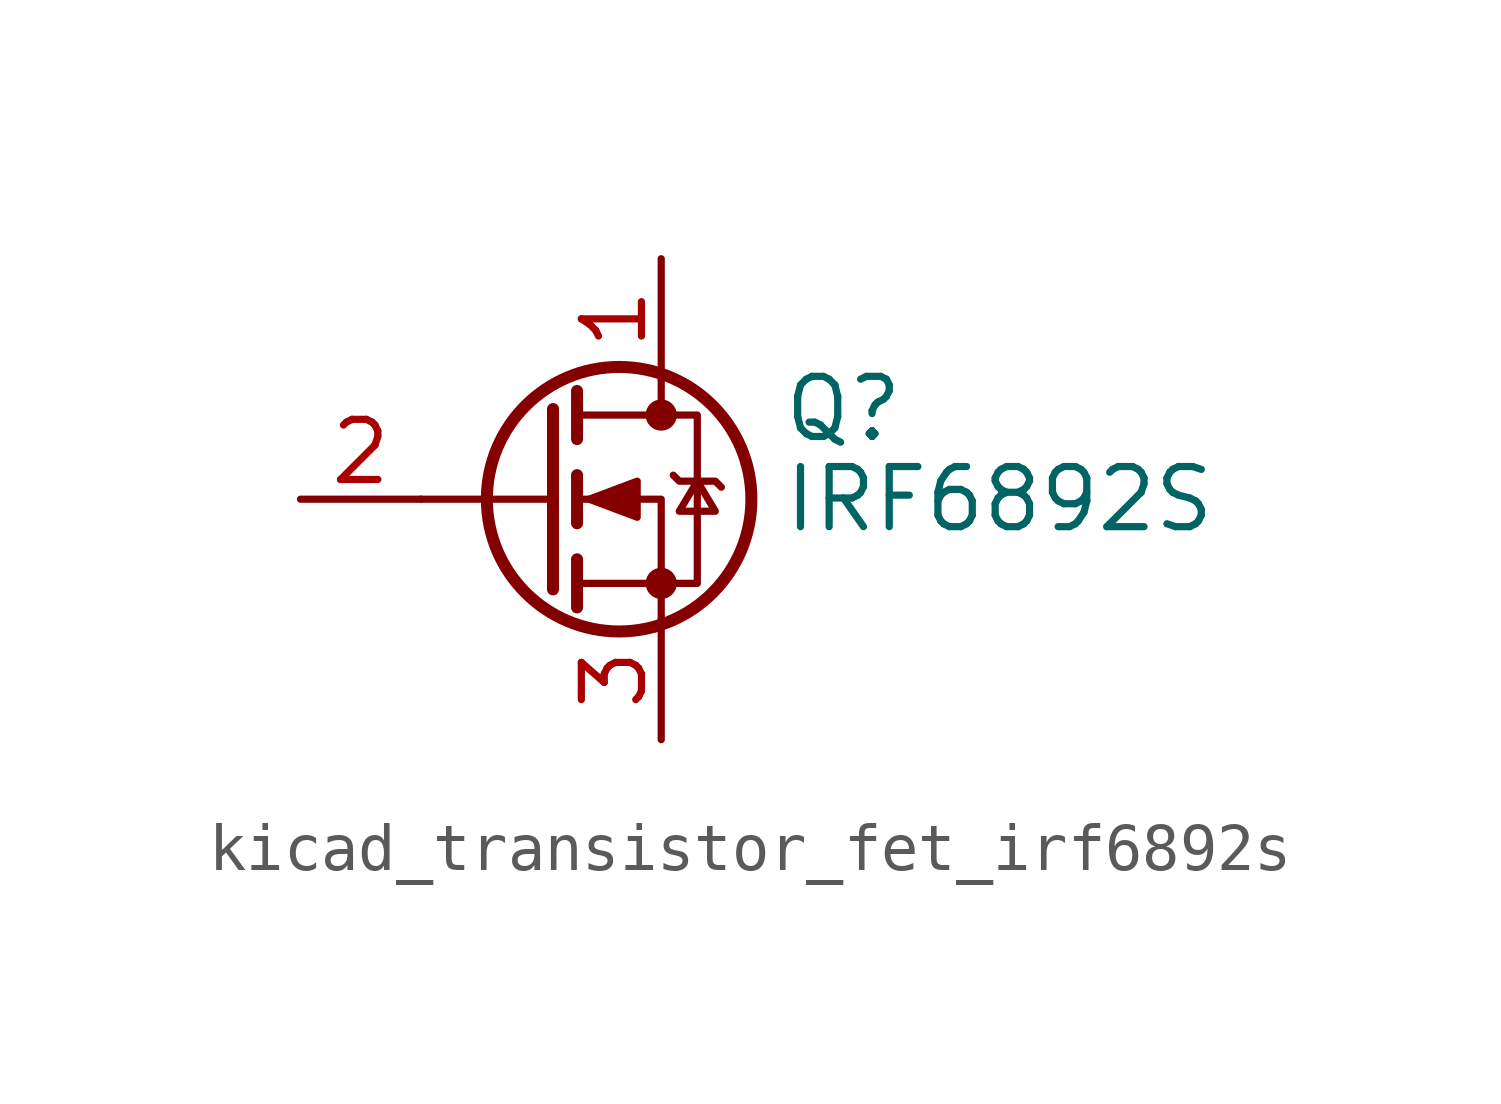
<source format=kicad_sym>
(kicad_symbol_lib
  (version 20220914)
  (generator kicad_symbol_editor)
  (symbol "kicad_transistor_fet_irf6892s"
    (pin_names hide)
    (property "Reference" "Q"
      (at 5.08 1.905 0)
      (effects (font (size 1.27 1.27)) (justify left)))
    (property "Value" "IRF6892S"
      (at 5.08 0 0)
      (effects (font (size 1.27 1.27)) (justify left)))
    (symbol "kicad_transistor_fet_irf6892s_0_1"
      (polyline (pts (xy 0.254 0) (xy -2.54 0)) (stroke (width 0) (type default)) (fill (type none)))
      (polyline (pts (xy 0.254 1.905) (xy 0.254 -1.905)) (stroke (width 0.254) (type default)) (fill (type none)))
      (polyline (pts (xy 0.762 -1.27) (xy 0.762 -2.286)) (stroke (width 0.254) (type default)) (fill (type none)))
      (polyline (pts (xy 0.762 0.508) (xy 0.762 -0.508)) (stroke (width 0.254) (type default)) (fill (type none)))
      (polyline (pts (xy 0.762 2.286) (xy 0.762 1.27)) (stroke (width 0.254) (type default)) (fill (type none)))
      (polyline (pts (xy 2.54 2.54) (xy 2.54 1.778)) (stroke (width 0) (type default)) (fill (type none)))
      (polyline (pts (xy 2.54 -2.54) (xy 2.54 0) (xy 0.762 0)) (stroke (width 0) (type default)) (fill (type none)))
      (polyline (pts (xy 0.762 -1.778) (xy 3.302 -1.778) (xy 3.302 1.778) (xy 0.762 1.778)) (stroke (width 0) (type default)) (fill (type none)))
      (polyline (pts (xy 1.016 0) (xy 2.032 0.381) (xy 2.032 -0.381) (xy 1.016 0)) (stroke (width 0) (type default)) (fill (type outline)))
      (polyline (pts (xy 2.794 0.508) (xy 2.921 0.381) (xy 3.683 0.381) (xy 3.81 0.254)) (stroke (width 0) (type default)) (fill (type none)))
      (polyline (pts (xy 3.302 0.381) (xy 2.921 -0.254) (xy 3.683 -0.254) (xy 3.302 0.381)) (stroke (width 0) (type default)) (fill (type none)))
      (circle (center 1.651 0) (radius 2.794) (stroke (width 0.254) (type default)) (fill (type none)))
      (circle (center 2.54 -1.778) (radius 0.254) (stroke (width 0) (type default)) (fill (type outline)))
      (circle (center 2.54 1.778) (radius 0.254) (stroke (width 0) (type default)) (fill (type outline))))
    (symbol "kicad_transistor_fet_irf6892s_1_1"
      (pin passive line (at 2.54 5.08 270) (length 2.54) (name "D" (effects (font (size 1.27 1.27)))) (number "1" (effects (font (size 1.27 1.27)))))
      (pin input line (at -5.08 0 0) (length 2.54) (name "G" (effects (font (size 1.27 1.27)))) (number "2" (effects (font (size 1.27 1.27)))))
      (pin passive line (at 2.54 -5.08 90) (length 2.54) (name "S" (effects (font (size 1.27 1.27)))) (number "3" (effects (font (size 1.27 1.27))))))))
</source>
